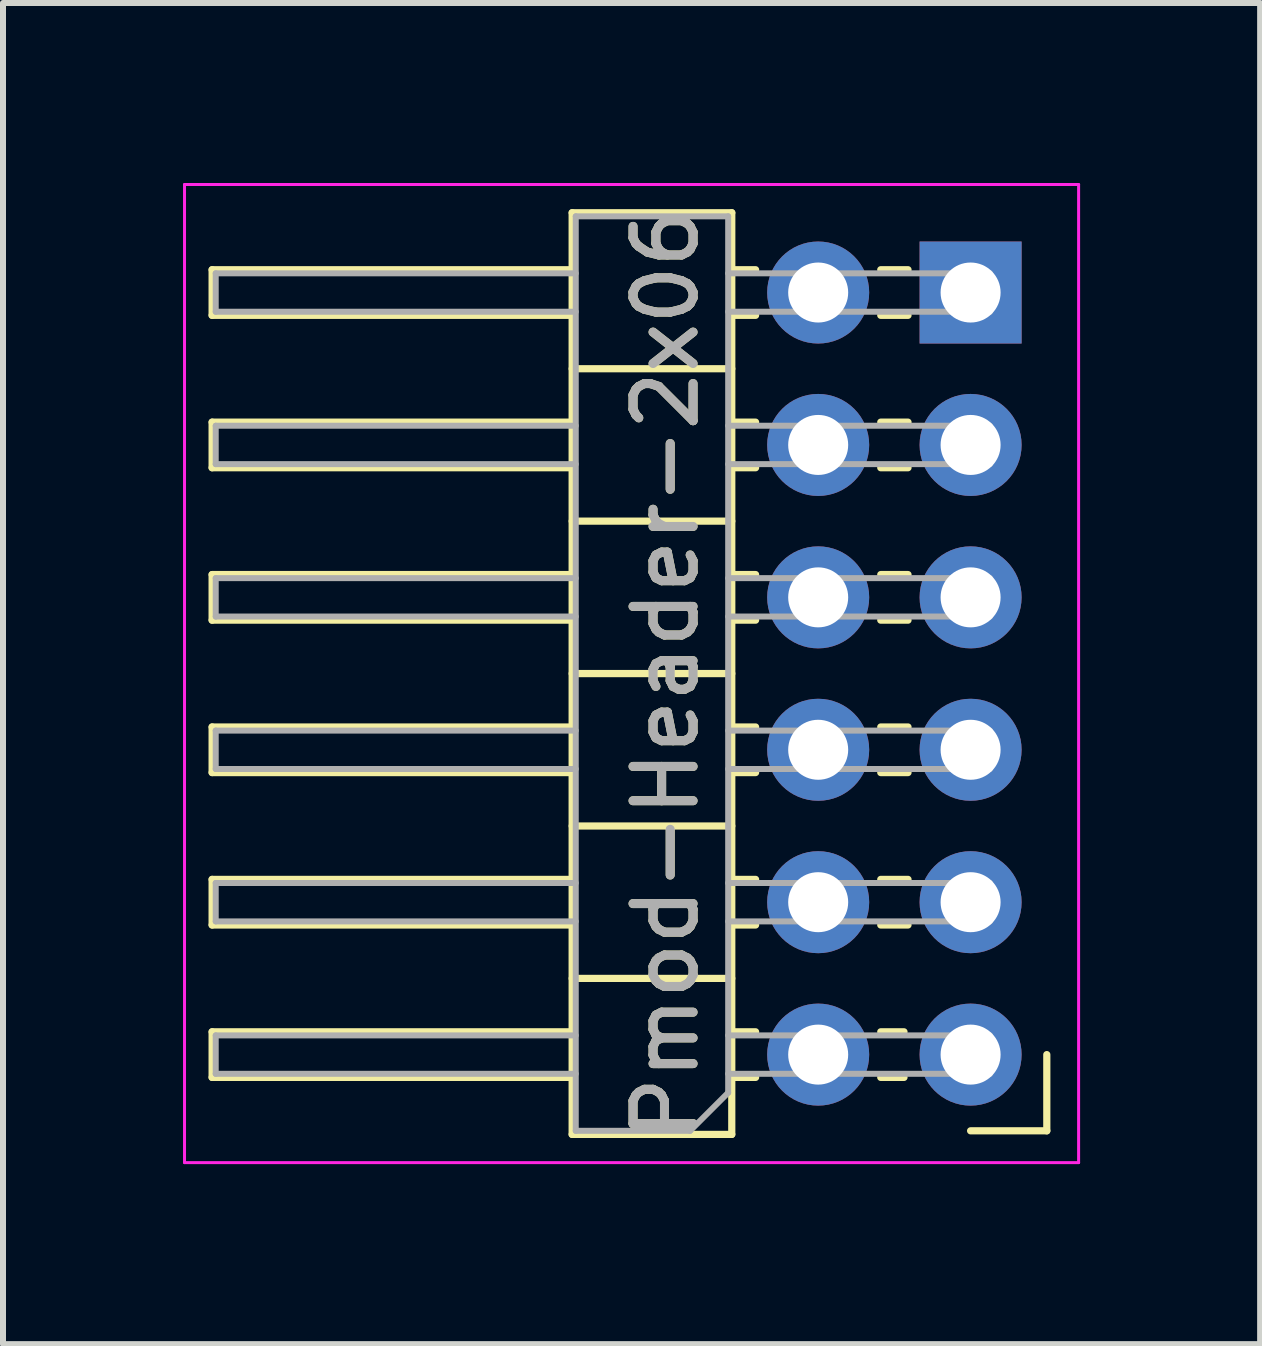
<source format=kicad_pcb>
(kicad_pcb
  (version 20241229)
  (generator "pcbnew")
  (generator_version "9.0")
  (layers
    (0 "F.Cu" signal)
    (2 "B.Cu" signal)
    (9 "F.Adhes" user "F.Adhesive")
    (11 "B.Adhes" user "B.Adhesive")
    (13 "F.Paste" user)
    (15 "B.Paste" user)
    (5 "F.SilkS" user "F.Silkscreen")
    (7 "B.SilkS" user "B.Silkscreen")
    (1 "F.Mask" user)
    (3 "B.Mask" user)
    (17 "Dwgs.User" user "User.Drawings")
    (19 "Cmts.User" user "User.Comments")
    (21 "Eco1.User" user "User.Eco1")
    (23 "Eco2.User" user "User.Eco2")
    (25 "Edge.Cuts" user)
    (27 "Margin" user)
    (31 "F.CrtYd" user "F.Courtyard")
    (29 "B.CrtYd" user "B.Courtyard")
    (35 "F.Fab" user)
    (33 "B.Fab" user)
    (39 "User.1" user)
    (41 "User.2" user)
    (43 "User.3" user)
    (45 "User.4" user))
  (footprint "Pmod-Header-2x06"
    (layer "F.Cu")
    (at 11.855 8.175)
    (property "Reference" "Pmod-Header-2x06" (at -3.81 0 270) (layer "F.SilkS") (effects (font (size 1 1) (thickness 0.15))))
    (attr through_hole)
    (fp_line (start -11.37 -6.73) (end -5.37 -6.73) (stroke (width 0.12) (type solid)) (layer "F.SilkS"))
    (fp_line (start -11.37 -5.97) (end -11.37 -6.73) (stroke (width 0.12) (type solid)) (layer "F.SilkS"))
    (fp_line (start -11.37 -4.19) (end -5.37 -4.19) (stroke (width 0.12) (type solid)) (layer "F.SilkS"))
    (fp_line (start -11.37 -3.43) (end -11.37 -4.19) (stroke (width 0.12) (type solid)) (layer "F.SilkS"))
    (fp_line (start -11.37 -1.65) (end -5.37 -1.65) (stroke (width 0.12) (type solid)) (layer "F.SilkS"))
    (fp_line (start -11.37 -0.89) (end -11.37 -1.65) (stroke (width 0.12) (type solid)) (layer "F.SilkS"))
    (fp_line (start -11.37 0.89) (end -5.37 0.89) (stroke (width 0.12) (type solid)) (layer "F.SilkS"))
    (fp_line (start -11.37 1.65) (end -11.37 0.89) (stroke (width 0.12) (type solid)) (layer "F.SilkS"))
    (fp_line (start -11.37 3.43) (end -5.37 3.43) (stroke (width 0.12) (type solid)) (layer "F.SilkS"))
    (fp_line (start -11.37 4.19) (end -11.37 3.43) (stroke (width 0.12) (type solid)) (layer "F.SilkS"))
    (fp_line (start -11.37 5.97) (end -5.37 5.97) (stroke (width 0.12) (type solid)) (layer "F.SilkS"))
    (fp_line (start -11.37 6.73) (end -11.37 5.97) (stroke (width 0.12) (type solid)) (layer "F.SilkS"))
    (fp_line (start -5.37 -7.68) (end -5.37 7.68) (stroke (width 0.12) (type solid)) (layer "F.SilkS"))
    (fp_line (start -5.37 -5.97) (end -11.37 -5.97) (stroke (width 0.12) (type solid)) (layer "F.SilkS"))
    (fp_line (start -5.37 -3.43) (end -11.37 -3.43) (stroke (width 0.12) (type solid)) (layer "F.SilkS"))
    (fp_line (start -5.37 -0.89) (end -11.37 -0.89) (stroke (width 0.12) (type solid)) (layer "F.SilkS"))
    (fp_line (start -5.37 1.65) (end -11.37 1.65) (stroke (width 0.12) (type solid)) (layer "F.SilkS"))
    (fp_line (start -5.37 4.19) (end -11.37 4.19) (stroke (width 0.12) (type solid)) (layer "F.SilkS"))
    (fp_line (start -5.37 6.73) (end -11.37 6.73) (stroke (width 0.12) (type solid)) (layer "F.SilkS"))
    (fp_line (start -5.37 7.68) (end -2.71 7.68) (stroke (width 0.12) (type solid)) (layer "F.SilkS"))
    (fp_line (start -2.71 -7.68) (end -5.37 -7.68) (stroke (width 0.12) (type solid)) (layer "F.SilkS"))
    (fp_line (start -2.71 -5.08) (end -5.37 -5.08) (stroke (width 0.12) (type solid)) (layer "F.SilkS"))
    (fp_line (start -2.71 -2.54) (end -5.37 -2.54) (stroke (width 0.12) (type solid)) (layer "F.SilkS"))
    (fp_line (start -2.71 0) (end -5.37 0) (stroke (width 0.12) (type solid)) (layer "F.SilkS"))
    (fp_line (start -2.71 2.54) (end -5.37 2.54) (stroke (width 0.12) (type solid)) (layer "F.SilkS"))
    (fp_line (start -2.71 5.08) (end -5.37 5.08) (stroke (width 0.12) (type solid)) (layer "F.SilkS"))
    (fp_line (start -2.71 7.68) (end -2.71 -7.68) (stroke (width 0.12) (type solid)) (layer "F.SilkS"))
    (fp_line (start -2.313 -6.73) (end -2.71 -6.73) (stroke (width 0.12) (type solid)) (layer "F.SilkS"))
    (fp_line (start -2.313 -5.97) (end -2.71 -5.97) (stroke (width 0.12) (type solid)) (layer "F.SilkS"))
    (fp_line (start -2.313 -4.19) (end -2.71 -4.19) (stroke (width 0.12) (type solid)) (layer "F.SilkS"))
    (fp_line (start -2.313 -3.43) (end -2.71 -3.43) (stroke (width 0.12) (type solid)) (layer "F.SilkS"))
    (fp_line (start -2.313 -1.65) (end -2.71 -1.65) (stroke (width 0.12) (type solid)) (layer "F.SilkS"))
    (fp_line (start -2.313 -0.89) (end -2.71 -0.89) (stroke (width 0.12) (type solid)) (layer "F.SilkS"))
    (fp_line (start -2.313 0.89) (end -2.71 0.89) (stroke (width 0.12) (type solid)) (layer "F.SilkS"))
    (fp_line (start -2.313 1.65) (end -2.71 1.65) (stroke (width 0.12) (type solid)) (layer "F.SilkS"))
    (fp_line (start -2.313 3.43) (end -2.71 3.43) (stroke (width 0.12) (type solid)) (layer "F.SilkS"))
    (fp_line (start -2.313 4.19) (end -2.71 4.19) (stroke (width 0.12) (type solid)) (layer "F.SilkS"))
    (fp_line (start -2.313 5.97) (end -2.71 5.97) (stroke (width 0.12) (type solid)) (layer "F.SilkS"))
    (fp_line (start -2.313 6.73) (end -2.71 6.73) (stroke (width 0.12) (type solid)) (layer "F.SilkS"))
    (fp_line (start 0.16 5.97) (end -0.227 5.97) (stroke (width 0.12) (type solid)) (layer "F.SilkS"))
    (fp_line (start 0.16 6.73) (end -0.227 6.73) (stroke (width 0.12) (type solid)) (layer "F.SilkS"))
    (fp_line (start 0.227 -6.73) (end -0.227 -6.73) (stroke (width 0.12) (type solid)) (layer "F.SilkS"))
    (fp_line (start 0.227 -5.97) (end -0.227 -5.97) (stroke (width 0.12) (type solid)) (layer "F.SilkS"))
    (fp_line (start 0.227 -4.19) (end -0.227 -4.19) (stroke (width 0.12) (type solid)) (layer "F.SilkS"))
    (fp_line (start 0.227 -3.43) (end -0.227 -3.43) (stroke (width 0.12) (type solid)) (layer "F.SilkS"))
    (fp_line (start 0.227 -1.65) (end -0.227 -1.65) (stroke (width 0.12) (type solid)) (layer "F.SilkS"))
    (fp_line (start 0.227 -0.89) (end -0.227 -0.89) (stroke (width 0.12) (type solid)) (layer "F.SilkS"))
    (fp_line (start 0.227 0.89) (end -0.227 0.89) (stroke (width 0.12) (type solid)) (layer "F.SilkS"))
    (fp_line (start 0.227 1.65) (end -0.227 1.65) (stroke (width 0.12) (type solid)) (layer "F.SilkS"))
    (fp_line (start 0.227 3.43) (end -0.227 3.43) (stroke (width 0.12) (type solid)) (layer "F.SilkS"))
    (fp_line (start 0.227 4.19) (end -0.227 4.19) (stroke (width 0.12) (type solid)) (layer "F.SilkS"))
    (fp_line (start 2.54 6.35) (end 2.54 7.62) (stroke (width 0.12) (type solid)) (layer "F.SilkS"))
    (fp_line (start 2.54 7.62) (end 1.27 7.62) (stroke (width 0.12) (type solid)) (layer "F.SilkS"))
    (fp_line (start -11.83 -8.15) (end -11.83 8.15) (stroke (width 0.05) (type solid)) (layer "F.CrtYd"))
    (fp_line (start -11.83 8.15) (end 3.07 8.15) (stroke (width 0.05) (type solid)) (layer "F.CrtYd"))
    (fp_line (start 3.07 -8.15) (end -11.83 -8.15) (stroke (width 0.05) (type solid)) (layer "F.CrtYd"))
    (fp_line (start 3.07 8.15) (end 3.07 -8.15) (stroke (width 0.05) (type solid)) (layer "F.CrtYd"))
    (fp_line (start -11.31 -6.03) (end -11.31 -6.67) (stroke (width 0.1) (type solid)) (layer "F.Fab"))
    (fp_line (start -11.31 -3.49) (end -11.31 -4.13) (stroke (width 0.1) (type solid)) (layer "F.Fab"))
    (fp_line (start -11.31 -0.95) (end -11.31 -1.59) (stroke (width 0.1) (type solid)) (layer "F.Fab"))
    (fp_line (start -11.31 1.59) (end -11.31 0.95) (stroke (width 0.1) (type solid)) (layer "F.Fab"))
    (fp_line (start -11.31 4.13) (end -11.31 3.49) (stroke (width 0.1) (type solid)) (layer "F.Fab"))
    (fp_line (start -11.31 6.67) (end -11.31 6.03) (stroke (width 0.1) (type solid)) (layer "F.Fab"))
    (fp_line (start -5.31 -7.62) (end -2.77 -7.62) (stroke (width 0.1) (type solid)) (layer "F.Fab"))
    (fp_line (start -5.31 -6.67) (end -11.31 -6.67) (stroke (width 0.1) (type solid)) (layer "F.Fab"))
    (fp_line (start -5.31 -6.03) (end -11.31 -6.03) (stroke (width 0.1) (type solid)) (layer "F.Fab"))
    (fp_line (start -5.31 -4.13) (end -11.31 -4.13) (stroke (width 0.1) (type solid)) (layer "F.Fab"))
    (fp_line (start -5.31 -3.49) (end -11.31 -3.49) (stroke (width 0.1) (type solid)) (layer "F.Fab"))
    (fp_line (start -5.31 -1.59) (end -11.31 -1.59) (stroke (width 0.1) (type solid)) (layer "F.Fab"))
    (fp_line (start -5.31 -0.95) (end -11.31 -0.95) (stroke (width 0.1) (type solid)) (layer "F.Fab"))
    (fp_line (start -5.31 0.95) (end -11.31 0.95) (stroke (width 0.1) (type solid)) (layer "F.Fab"))
    (fp_line (start -5.31 1.59) (end -11.31 1.59) (stroke (width 0.1) (type solid)) (layer "F.Fab"))
    (fp_line (start -5.31 3.49) (end -11.31 3.49) (stroke (width 0.1) (type solid)) (layer "F.Fab"))
    (fp_line (start -5.31 4.13) (end -11.31 4.13) (stroke (width 0.1) (type solid)) (layer "F.Fab"))
    (fp_line (start -5.31 6.03) (end -11.31 6.03) (stroke (width 0.1) (type solid)) (layer "F.Fab"))
    (fp_line (start -5.31 6.67) (end -11.31 6.67) (stroke (width 0.1) (type solid)) (layer "F.Fab"))
    (fp_line (start -5.31 7.62) (end -5.31 -7.62) (stroke (width 0.1) (type solid)) (layer "F.Fab"))
    (fp_line (start -3.405 7.62) (end -5.31 7.62) (stroke (width 0.1) (type solid)) (layer "F.Fab"))
    (fp_line (start -2.77 -7.62) (end -2.77 6.985) (stroke (width 0.1) (type solid)) (layer "F.Fab"))
    (fp_line (start -2.77 6.985) (end -3.405 7.62) (stroke (width 0.1) (type solid)) (layer "F.Fab"))
    (fp_line (start 1.59 -6.67) (end -2.77 -6.67) (stroke (width 0.1) (type solid)) (layer "F.Fab"))
    (fp_line (start 1.59 -6.03) (end -2.77 -6.03) (stroke (width 0.1) (type solid)) (layer "F.Fab"))
    (fp_line (start 1.59 -6.03) (end 1.59 -6.67) (stroke (width 0.1) (type solid)) (layer "F.Fab"))
    (fp_line (start 1.59 -4.13) (end -2.77 -4.13) (stroke (width 0.1) (type solid)) (layer "F.Fab"))
    (fp_line (start 1.59 -3.49) (end -2.77 -3.49) (stroke (width 0.1) (type solid)) (layer "F.Fab"))
    (fp_line (start 1.59 -3.49) (end 1.59 -4.13) (stroke (width 0.1) (type solid)) (layer "F.Fab"))
    (fp_line (start 1.59 -1.59) (end -2.77 -1.59) (stroke (width 0.1) (type solid)) (layer "F.Fab"))
    (fp_line (start 1.59 -0.95) (end -2.77 -0.95) (stroke (width 0.1) (type solid)) (layer "F.Fab"))
    (fp_line (start 1.59 -0.95) (end 1.59 -1.59) (stroke (width 0.1) (type solid)) (layer "F.Fab"))
    (fp_line (start 1.59 0.95) (end -2.77 0.95) (stroke (width 0.1) (type solid)) (layer "F.Fab"))
    (fp_line (start 1.59 1.59) (end -2.77 1.59) (stroke (width 0.1) (type solid)) (layer "F.Fab"))
    (fp_line (start 1.59 1.59) (end 1.59 0.95) (stroke (width 0.1) (type solid)) (layer "F.Fab"))
    (fp_line (start 1.59 3.49) (end -2.77 3.49) (stroke (width 0.1) (type solid)) (layer "F.Fab"))
    (fp_line (start 1.59 4.13) (end -2.77 4.13) (stroke (width 0.1) (type solid)) (layer "F.Fab"))
    (fp_line (start 1.59 4.13) (end 1.59 3.49) (stroke (width 0.1) (type solid)) (layer "F.Fab"))
    (fp_line (start 1.59 6.03) (end -2.77 6.03) (stroke (width 0.1) (type solid)) (layer "F.Fab"))
    (fp_line (start 1.59 6.67) (end -2.77 6.67) (stroke (width 0.1) (type solid)) (layer "F.Fab"))
    (fp_line (start 1.59 6.67) (end 1.59 6.03) (stroke (width 0.1) (type solid)) (layer "F.Fab"))
    (fp_text user "${REFERENCE}" (at -3.81 0 90) (layer "F.Fab") (effects (font (size 1 1) (thickness 0.15))))
    (pad "1" thru_hole rect (at 1.27 -6.35 180) (size 1.7 1.7) (drill 1) (layers "*.Cu" "*.Mask"))
    (pad "2" thru_hole oval (at 1.27 -3.81 180) (size 1.7 1.7) (drill 1) (layers "*.Cu" "*.Mask"))
    (pad "3" thru_hole oval (at 1.27 -1.27 180) (size 1.7 1.7) (drill 1) (layers "*.Cu" "*.Mask"))
    (pad "4" thru_hole oval (at 1.27 1.27 180) (size 1.7 1.7) (drill 1) (layers "*.Cu" "*.Mask"))
    (pad "5" thru_hole oval (at 1.27 3.81 180) (size 1.7 1.7) (drill 1) (layers "*.Cu" "*.Mask"))
    (pad "6" thru_hole oval (at 1.27 6.35 180) (size 1.7 1.7) (drill 1) (layers "*.Cu" "*.Mask"))
    (pad "7" thru_hole oval (at -1.27 -6.35 180) (size 1.7 1.7) (drill 1) (layers "*.Cu" "*.Mask"))
    (pad "8" thru_hole oval (at -1.27 -3.81 180) (size 1.7 1.7) (drill 1) (layers "*.Cu" "*.Mask"))
    (pad "9" thru_hole oval (at -1.27 -1.27 180) (size 1.7 1.7) (drill 1) (layers "*.Cu" "*.Mask"))
    (pad "10" thru_hole oval (at -1.27 1.27 180) (size 1.7 1.7) (drill 1) (layers "*.Cu" "*.Mask"))
    (pad "11" thru_hole oval (at -1.27 3.81 180) (size 1.7 1.7) (drill 1) (layers "*.Cu" "*.Mask"))
    (pad "12" thru_hole oval (at -1.27 6.35 180) (size 1.7 1.7) (drill 1) (layers "*.Cu" "*.Mask")))
  (gr_rect
    (start -3 -3)
    (end 17.95 19.35)
    (stroke (width 0.1) (type default))
    (fill no)
    (layer "Edge.Cuts")))
</source>
